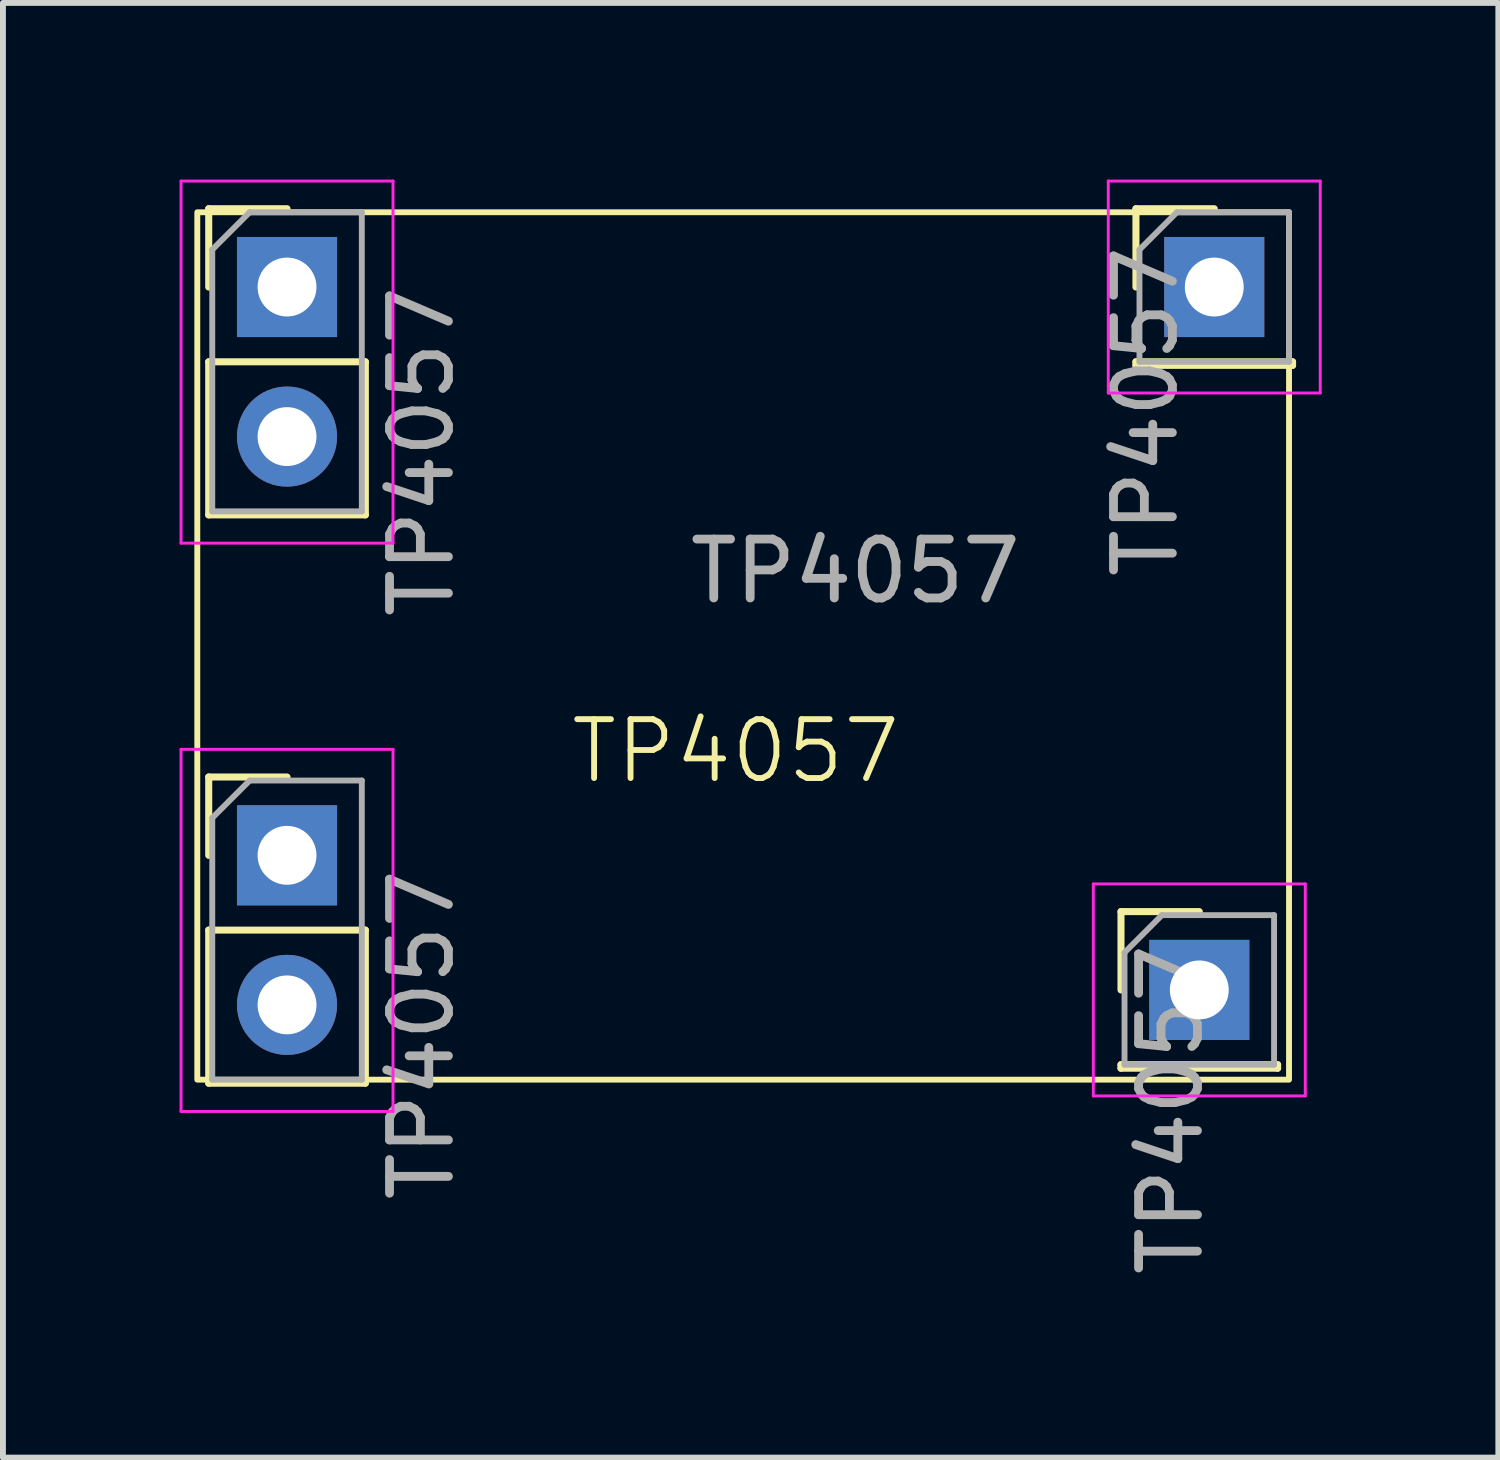
<source format=kicad_pcb>
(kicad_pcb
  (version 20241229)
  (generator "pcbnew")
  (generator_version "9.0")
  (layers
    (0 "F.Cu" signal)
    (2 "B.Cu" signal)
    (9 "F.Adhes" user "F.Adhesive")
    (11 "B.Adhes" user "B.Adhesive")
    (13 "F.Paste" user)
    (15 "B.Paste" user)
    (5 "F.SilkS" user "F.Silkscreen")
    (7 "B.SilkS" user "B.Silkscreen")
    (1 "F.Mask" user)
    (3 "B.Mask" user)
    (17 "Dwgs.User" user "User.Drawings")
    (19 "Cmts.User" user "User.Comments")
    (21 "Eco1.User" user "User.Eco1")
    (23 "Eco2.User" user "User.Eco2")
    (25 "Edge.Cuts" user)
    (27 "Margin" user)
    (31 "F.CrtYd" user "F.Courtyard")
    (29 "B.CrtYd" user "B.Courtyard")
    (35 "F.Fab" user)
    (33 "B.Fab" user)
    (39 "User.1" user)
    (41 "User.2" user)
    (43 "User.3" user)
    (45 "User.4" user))
  (footprint "TP4057"
    (layer "F.Cu")
    (at 9.445 10.207)
    (property "Reference" "TP4057" (at 0 -0.5 0) (unlocked yes) (layer "F.SilkS") (effects (font (size 1 1) (thickness 0.1))))
    (attr through_hole)
    (fp_line (start -8.95 -9.712) (end -7.62 -9.712) (stroke (width 0.12) (type solid)) (layer "F.SilkS"))
    (fp_line (start -8.95 -8.382) (end -8.95 -9.712) (stroke (width 0.12) (type solid)) (layer "F.SilkS"))
    (fp_line (start -8.95 -7.112) (end -8.95 -4.512) (stroke (width 0.12) (type solid)) (layer "F.SilkS"))
    (fp_line (start -8.95 -7.112) (end -6.29 -7.112) (stroke (width 0.12) (type solid)) (layer "F.SilkS"))
    (fp_line (start -8.95 -4.512) (end -6.29 -4.512) (stroke (width 0.12) (type solid)) (layer "F.SilkS"))
    (fp_line (start -8.95 -0.06) (end -7.62 -0.06) (stroke (width 0.12) (type solid)) (layer "F.SilkS"))
    (fp_line (start -8.95 1.27) (end -8.95 -0.06) (stroke (width 0.12) (type solid)) (layer "F.SilkS"))
    (fp_line (start -8.95 2.54) (end -8.95 5.14) (stroke (width 0.12) (type solid)) (layer "F.SilkS"))
    (fp_line (start -8.95 2.54) (end -6.29 2.54) (stroke (width 0.12) (type solid)) (layer "F.SilkS"))
    (fp_line (start -8.95 5.14) (end -6.29 5.14) (stroke (width 0.12) (type solid)) (layer "F.SilkS"))
    (fp_line (start -6.29 -7.112) (end -6.29 -4.512) (stroke (width 0.12) (type solid)) (layer "F.SilkS"))
    (fp_line (start -6.29 2.54) (end -6.29 5.14) (stroke (width 0.12) (type solid)) (layer "F.SilkS"))
    (fp_line (start 6.544 2.226) (end 7.874 2.226) (stroke (width 0.12) (type solid)) (layer "F.SilkS"))
    (fp_line (start 6.544 3.556) (end 6.544 2.226) (stroke (width 0.12) (type solid)) (layer "F.SilkS"))
    (fp_line (start 6.544 4.826) (end 6.544 4.886) (stroke (width 0.12) (type solid)) (layer "F.SilkS"))
    (fp_line (start 6.544 4.826) (end 9.204 4.826) (stroke (width 0.12) (type solid)) (layer "F.SilkS"))
    (fp_line (start 6.544 4.886) (end 9.204 4.886) (stroke (width 0.12) (type solid)) (layer "F.SilkS"))
    (fp_line (start 6.798 -9.712) (end 8.128 -9.712) (stroke (width 0.12) (type solid)) (layer "F.SilkS"))
    (fp_line (start 6.798 -8.382) (end 6.798 -9.712) (stroke (width 0.12) (type solid)) (layer "F.SilkS"))
    (fp_line (start 6.798 -7.112) (end 6.798 -7.052) (stroke (width 0.12) (type solid)) (layer "F.SilkS"))
    (fp_line (start 6.798 -7.112) (end 9.458 -7.112) (stroke (width 0.12) (type solid)) (layer "F.SilkS"))
    (fp_line (start 6.798 -7.052) (end 9.458 -7.052) (stroke (width 0.12) (type solid)) (layer "F.SilkS"))
    (fp_line (start 9.204 4.826) (end 9.204 4.886) (stroke (width 0.12) (type solid)) (layer "F.SilkS"))
    (fp_line (start 9.458 -7.112) (end 9.458 -7.052) (stroke (width 0.12) (type solid)) (layer "F.SilkS"))
    (fp_rect (start -9.144 -9.652) (end 9.398 5.08) (stroke (width 0.1) (type default)) (fill no) (layer "F.SilkS"))
    (fp_line (start -9.42 -10.182) (end -9.42 -4.032) (stroke (width 0.05) (type solid)) (layer "F.CrtYd"))
    (fp_line (start -9.42 -4.032) (end -5.82 -4.032) (stroke (width 0.05) (type solid)) (layer "F.CrtYd"))
    (fp_line (start -9.42 -0.53) (end -9.42 5.62) (stroke (width 0.05) (type solid)) (layer "F.CrtYd"))
    (fp_line (start -9.42 5.62) (end -5.82 5.62) (stroke (width 0.05) (type solid)) (layer "F.CrtYd"))
    (fp_line (start -5.82 -10.182) (end -9.42 -10.182) (stroke (width 0.05) (type solid)) (layer "F.CrtYd"))
    (fp_line (start -5.82 -4.032) (end -5.82 -10.182) (stroke (width 0.05) (type solid)) (layer "F.CrtYd"))
    (fp_line (start -5.82 -0.53) (end -9.42 -0.53) (stroke (width 0.05) (type solid)) (layer "F.CrtYd"))
    (fp_line (start -5.82 5.62) (end -5.82 -0.53) (stroke (width 0.05) (type solid)) (layer "F.CrtYd"))
    (fp_line (start 6.074 1.756) (end 6.074 5.356) (stroke (width 0.05) (type solid)) (layer "F.CrtYd"))
    (fp_line (start 6.074 5.356) (end 9.674 5.356) (stroke (width 0.05) (type solid)) (layer "F.CrtYd"))
    (fp_line (start 6.328 -10.182) (end 6.328 -6.582) (stroke (width 0.05) (type solid)) (layer "F.CrtYd"))
    (fp_line (start 6.328 -6.582) (end 9.928 -6.582) (stroke (width 0.05) (type solid)) (layer "F.CrtYd"))
    (fp_line (start 9.674 1.756) (end 6.074 1.756) (stroke (width 0.05) (type solid)) (layer "F.CrtYd"))
    (fp_line (start 9.674 5.356) (end 9.674 1.756) (stroke (width 0.05) (type solid)) (layer "F.CrtYd"))
    (fp_line (start 9.928 -10.182) (end 6.328 -10.182) (stroke (width 0.05) (type solid)) (layer "F.CrtYd"))
    (fp_line (start 9.928 -6.582) (end 9.928 -10.182) (stroke (width 0.05) (type solid)) (layer "F.CrtYd"))
    (fp_line (start -8.89 -9.017) (end -8.255 -9.652) (stroke (width 0.1) (type solid)) (layer "F.Fab"))
    (fp_line (start -8.89 -4.572) (end -8.89 -9.017) (stroke (width 0.1) (type solid)) (layer "F.Fab"))
    (fp_line (start -8.89 0.635) (end -8.255 0) (stroke (width 0.1) (type solid)) (layer "F.Fab"))
    (fp_line (start -8.89 5.08) (end -8.89 0.635) (stroke (width 0.1) (type solid)) (layer "F.Fab"))
    (fp_line (start -8.255 -9.652) (end -6.35 -9.652) (stroke (width 0.1) (type solid)) (layer "F.Fab"))
    (fp_line (start -8.255 0) (end -6.35 0) (stroke (width 0.1) (type solid)) (layer "F.Fab"))
    (fp_line (start -6.35 -9.652) (end -6.35 -4.572) (stroke (width 0.1) (type solid)) (layer "F.Fab"))
    (fp_line (start -6.35 -4.572) (end -8.89 -4.572) (stroke (width 0.1) (type solid)) (layer "F.Fab"))
    (fp_line (start -6.35 0) (end -6.35 5.08) (stroke (width 0.1) (type solid)) (layer "F.Fab"))
    (fp_line (start -6.35 5.08) (end -8.89 5.08) (stroke (width 0.1) (type solid)) (layer "F.Fab"))
    (fp_line (start 6.604 2.921) (end 7.239 2.286) (stroke (width 0.1) (type solid)) (layer "F.Fab"))
    (fp_line (start 6.604 4.826) (end 6.604 2.921) (stroke (width 0.1) (type solid)) (layer "F.Fab"))
    (fp_line (start 6.858 -9.017) (end 7.493 -9.652) (stroke (width 0.1) (type solid)) (layer "F.Fab"))
    (fp_line (start 6.858 -7.112) (end 6.858 -9.017) (stroke (width 0.1) (type solid)) (layer "F.Fab"))
    (fp_line (start 7.239 2.286) (end 9.144 2.286) (stroke (width 0.1) (type solid)) (layer "F.Fab"))
    (fp_line (start 7.493 -9.652) (end 9.398 -9.652) (stroke (width 0.1) (type solid)) (layer "F.Fab"))
    (fp_line (start 9.144 2.286) (end 9.144 4.826) (stroke (width 0.1) (type solid)) (layer "F.Fab"))
    (fp_line (start 9.144 4.826) (end 6.604 4.826) (stroke (width 0.1) (type solid)) (layer "F.Fab"))
    (fp_line (start 9.398 -9.652) (end 9.398 -7.112) (stroke (width 0.1) (type solid)) (layer "F.Fab"))
    (fp_line (start 9.398 -7.112) (end 6.858 -7.112) (stroke (width 0.1) (type solid)) (layer "F.Fab"))
    (fp_text user "${REFERENCE}" (at 2.032 -3.556 0) (unlocked yes) (layer "F.Fab") (effects (font (size 1 1) (thickness 0.15))))
    (fp_text user "${REFERENCE}" (at 6.962 -6.267 90) (layer "F.Fab") (effects (font (size 1 1) (thickness 0.15))))
    (fp_text user "${REFERENCE}" (at -5.334 4.318 90) (layer "F.Fab") (effects (font (size 1 1) (thickness 0.15))))
    (fp_text user "${REFERENCE}" (at -5.334 -5.588 90) (layer "F.Fab") (effects (font (size 1 1) (thickness 0.15))))
    (fp_text user "${REFERENCE}" (at 7.388 5.588 90) (layer "F.Fab") (effects (font (size 1 1) (thickness 0.15))))
    (pad "1" thru_hole rect (at -7.62 -8.382) (size 1.7 1.7) (drill 1) (layers "*.Cu" "*.Mask"))
    (pad "1" thru_hole rect (at -7.62 1.27) (size 1.7 1.7) (drill 1) (layers "*.Cu" "*.Mask"))
    (pad "1" thru_hole rect (at 7.874 3.556) (size 1.7 1.7) (drill 1) (layers "*.Cu" "*.Mask"))
    (pad "1" thru_hole rect (at 8.128 -8.382) (size 1.7 1.7) (drill 1) (layers "*.Cu" "*.Mask"))
    (pad "2" thru_hole oval (at -7.62 -5.842) (size 1.7 1.7) (drill 1) (layers "*.Cu" "*.Mask"))
    (pad "2" thru_hole oval (at -7.62 3.81) (size 1.7 1.7) (drill 1) (layers "*.Cu" "*.Mask")))
  (gr_rect
    (start -3 -3)
    (end 22.398 21.706)
    (stroke (width 0.1) (type default))
    (fill no)
    (layer "Edge.Cuts")))
</source>
